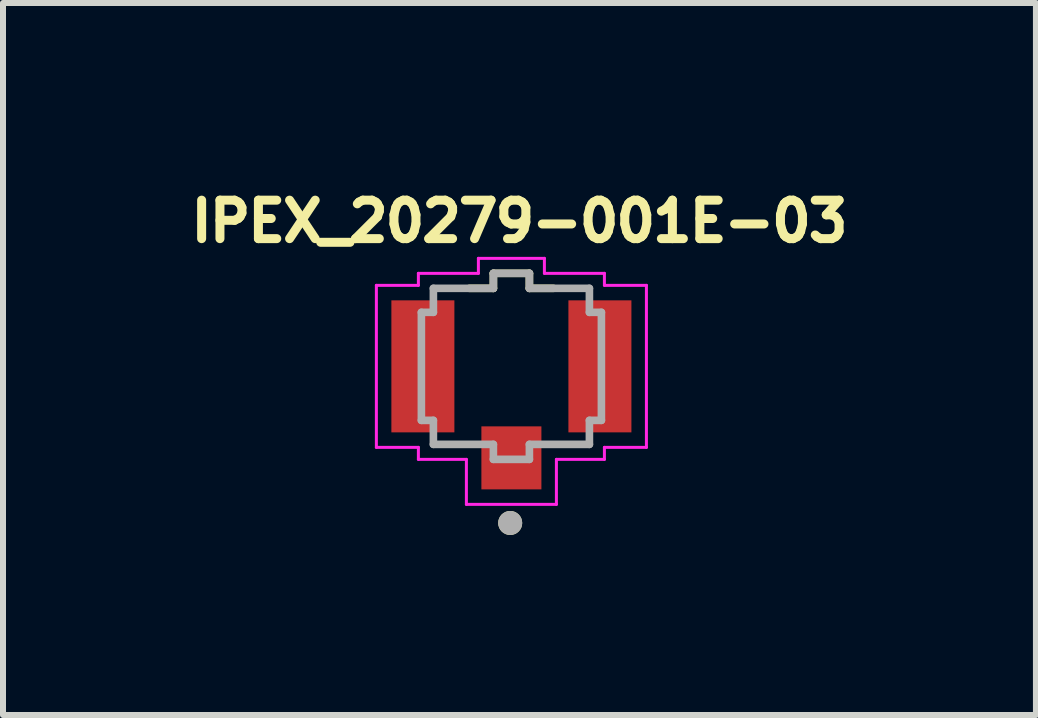
<source format=kicad_pcb>
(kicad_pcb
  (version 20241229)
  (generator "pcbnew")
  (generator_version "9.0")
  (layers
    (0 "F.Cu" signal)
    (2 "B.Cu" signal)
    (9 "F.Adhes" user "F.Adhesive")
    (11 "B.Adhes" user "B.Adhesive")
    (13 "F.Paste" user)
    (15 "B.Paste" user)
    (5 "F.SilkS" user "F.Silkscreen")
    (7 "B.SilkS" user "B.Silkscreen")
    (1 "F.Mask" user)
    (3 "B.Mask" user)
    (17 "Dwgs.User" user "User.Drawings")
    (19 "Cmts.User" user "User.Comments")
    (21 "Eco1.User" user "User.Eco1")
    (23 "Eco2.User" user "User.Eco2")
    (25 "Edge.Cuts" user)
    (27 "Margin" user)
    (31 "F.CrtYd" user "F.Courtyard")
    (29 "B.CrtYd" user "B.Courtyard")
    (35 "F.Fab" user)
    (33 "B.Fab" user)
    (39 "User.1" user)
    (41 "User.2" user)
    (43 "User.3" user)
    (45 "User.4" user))
  (footprint "IPEX_20279-001E-03"
    (layer "F.Cu")
    (at 5.472 3.055)
    (property "Reference" "IPEX_20279-001E-03" (at 0.134 -2.417 0) (layer "F.SilkS") (effects (font (size 0.641 0.641) (thickness 0.15))))
    (attr smd)
    (fp_line (start -0.3 -1.55) (end -0.3 -1.3) (stroke (width 0.127) (type solid)) (layer "F.SilkS"))
    (fp_line (start -0.3 -1.3) (end -0.7 -1.3) (stroke (width 0.127) (type solid)) (layer "F.SilkS"))
    (fp_line (start 0.3 -1.55) (end -0.3 -1.55) (stroke (width 0.127) (type solid)) (layer "F.SilkS"))
    (fp_line (start 0.3 -1.3) (end 0.3 -1.55) (stroke (width 0.127) (type solid)) (layer "F.SilkS"))
    (fp_line (start 0.7 -1.3) (end 0.3 -1.3) (stroke (width 0.127) (type solid)) (layer "F.SilkS"))
    (fp_circle (center -0.02 2.61) (end 0.08 2.61) (stroke (width 0.2) (type solid)) (fill no) (layer "F.SilkS"))
    (fp_line (start -2.25 -1.35) (end -1.55 -1.35) (stroke (width 0.05) (type solid)) (layer "F.CrtYd"))
    (fp_line (start -2.25 1.35) (end -2.25 -1.35) (stroke (width 0.05) (type solid)) (layer "F.CrtYd"))
    (fp_line (start -1.55 -1.55) (end -0.55 -1.55) (stroke (width 0.05) (type solid)) (layer "F.CrtYd"))
    (fp_line (start -1.55 -1.35) (end -1.55 -1.55) (stroke (width 0.05) (type solid)) (layer "F.CrtYd"))
    (fp_line (start -1.55 1.35) (end -2.25 1.35) (stroke (width 0.05) (type solid)) (layer "F.CrtYd"))
    (fp_line (start -1.55 1.35) (end -1.55 1.55) (stroke (width 0.05) (type solid)) (layer "F.CrtYd"))
    (fp_line (start -1.55 1.55) (end -0.75 1.55) (stroke (width 0.05) (type solid)) (layer "F.CrtYd"))
    (fp_line (start -0.75 1.55) (end -0.75 2.3) (stroke (width 0.05) (type solid)) (layer "F.CrtYd"))
    (fp_line (start -0.75 2.3) (end 0.75 2.3) (stroke (width 0.05) (type solid)) (layer "F.CrtYd"))
    (fp_line (start -0.55 -1.8) (end -0.55 -1.55) (stroke (width 0.05) (type solid)) (layer "F.CrtYd"))
    (fp_line (start 0.55 -1.8) (end -0.55 -1.8) (stroke (width 0.05) (type solid)) (layer "F.CrtYd"))
    (fp_line (start 0.55 -1.55) (end 0.55 -1.8) (stroke (width 0.05) (type solid)) (layer "F.CrtYd"))
    (fp_line (start 0.75 2.3) (end 0.75 1.55) (stroke (width 0.05) (type solid)) (layer "F.CrtYd"))
    (fp_line (start 1.55 -1.55) (end 0.55 -1.55) (stroke (width 0.05) (type solid)) (layer "F.CrtYd"))
    (fp_line (start 1.55 -1.35) (end 1.55 -1.55) (stroke (width 0.05) (type solid)) (layer "F.CrtYd"))
    (fp_line (start 1.55 -1.35) (end 2.25 -1.35) (stroke (width 0.05) (type solid)) (layer "F.CrtYd"))
    (fp_line (start 1.55 1.35) (end 1.55 1.55) (stroke (width 0.05) (type solid)) (layer "F.CrtYd"))
    (fp_line (start 1.55 1.55) (end 0.75 1.55) (stroke (width 0.05) (type solid)) (layer "F.CrtYd"))
    (fp_line (start 2.25 1.35) (end 1.55 1.35) (stroke (width 0.05) (type solid)) (layer "F.CrtYd"))
    (fp_line (start 2.25 1.35) (end 2.25 -1.35) (stroke (width 0.05) (type solid)) (layer "F.CrtYd"))
    (fp_line (start -1.5 -0.9) (end -1.5 0.9) (stroke (width 0.127) (type solid)) (layer "F.Fab"))
    (fp_line (start -1.5 0.9) (end -1.3 0.9) (stroke (width 0.127) (type solid)) (layer "F.Fab"))
    (fp_line (start -1.3 -1.3) (end -1.3 -0.9) (stroke (width 0.127) (type solid)) (layer "F.Fab"))
    (fp_line (start -1.3 -0.9) (end -1.5 -0.9) (stroke (width 0.127) (type solid)) (layer "F.Fab"))
    (fp_line (start -1.3 0.9) (end -1.3 1.3) (stroke (width 0.127) (type solid)) (layer "F.Fab"))
    (fp_line (start -1.3 1.3) (end -0.3 1.3) (stroke (width 0.127) (type solid)) (layer "F.Fab"))
    (fp_line (start -0.3 -1.55) (end -0.3 -1.3) (stroke (width 0.127) (type solid)) (layer "F.Fab"))
    (fp_line (start -0.3 -1.3) (end -1.3 -1.3) (stroke (width 0.127) (type solid)) (layer "F.Fab"))
    (fp_line (start -0.3 1.3) (end -0.3 1.55) (stroke (width 0.127) (type solid)) (layer "F.Fab"))
    (fp_line (start -0.3 1.55) (end 0.3 1.55) (stroke (width 0.127) (type solid)) (layer "F.Fab"))
    (fp_line (start 0.3 -1.55) (end -0.3 -1.55) (stroke (width 0.127) (type solid)) (layer "F.Fab"))
    (fp_line (start 0.3 -1.3) (end 0.3 -1.55) (stroke (width 0.127) (type solid)) (layer "F.Fab"))
    (fp_line (start 0.3 1.3) (end 1.3 1.3) (stroke (width 0.127) (type solid)) (layer "F.Fab"))
    (fp_line (start 0.3 1.55) (end 0.3 1.3) (stroke (width 0.127) (type solid)) (layer "F.Fab"))
    (fp_line (start 1.3 -1.3) (end 0.3 -1.3) (stroke (width 0.127) (type solid)) (layer "F.Fab"))
    (fp_line (start 1.3 -0.9) (end 1.3 -1.3) (stroke (width 0.127) (type solid)) (layer "F.Fab"))
    (fp_line (start 1.3 0.9) (end 1.5 0.9) (stroke (width 0.127) (type solid)) (layer "F.Fab"))
    (fp_line (start 1.3 1.3) (end 1.3 0.9) (stroke (width 0.127) (type solid)) (layer "F.Fab"))
    (fp_line (start 1.5 -0.9) (end 1.3 -0.9) (stroke (width 0.127) (type solid)) (layer "F.Fab"))
    (fp_line (start 1.5 0.9) (end 1.5 -0.9) (stroke (width 0.127) (type solid)) (layer "F.Fab"))
    (fp_circle (center -0.02 2.61) (end 0.08 2.61) (stroke (width 0.2) (type solid)) (fill no) (layer "F.Fab"))
    (pad "1" smd rect (at 0 1.525) (size 1 1.05) (layers "F.Cu" "F.Mask" "F.Paste"))
    (pad "2" smd rect (at 1.475 0) (size 1.05 2.2) (layers "F.Cu" "F.Mask" "F.Paste"))
    (pad "3" smd rect (at -1.475 0) (size 1.05 2.2) (layers "F.Cu" "F.Mask" "F.Paste"))
    (zone (net_name "") (layer "F.Cu") (hatch full 0.508) (connect_pads) (min_thickness 0.01) (filled_areas_thickness no) (keepout (tracks not_allowed) (vias not_allowed) (pads not_allowed) (copperpour not_allowed) (footprints allowed)) (placement (enabled no)) (fill) (polygon (pts (xy 4.422 2.055) (xy 6.522 2.055) (xy 6.522 3.955) (xy 4.422 3.955))))
    (zone (net_name "") (layers "F.Cu" "B.Cu") (hatch full 0.508) (connect_pads) (min_thickness 0.01) (filled_areas_thickness no) (keepout (tracks allowed) (vias not_allowed) (pads allowed) (copperpour allowed) (footprints allowed)) (placement (enabled no)) (fill) (polygon (pts (xy 4.422 2.055) (xy 6.522 2.055) (xy 6.522 3.955) (xy 4.422 3.955)))))
  (gr_rect
    (start -3 -3)
    (end 14.213 8.865)
    (stroke (width 0.1) (type default))
    (fill no)
    (layer "Edge.Cuts")))
</source>
